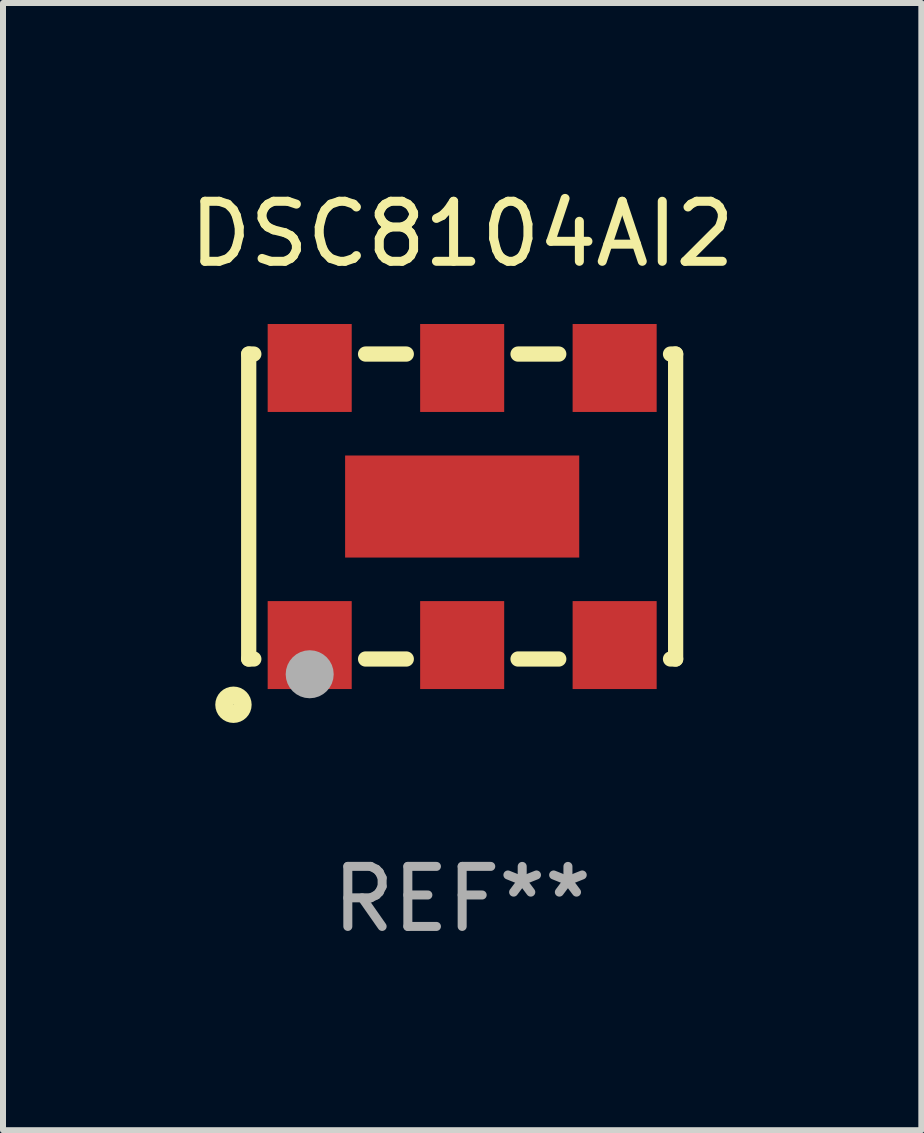
<source format=kicad_pcb>
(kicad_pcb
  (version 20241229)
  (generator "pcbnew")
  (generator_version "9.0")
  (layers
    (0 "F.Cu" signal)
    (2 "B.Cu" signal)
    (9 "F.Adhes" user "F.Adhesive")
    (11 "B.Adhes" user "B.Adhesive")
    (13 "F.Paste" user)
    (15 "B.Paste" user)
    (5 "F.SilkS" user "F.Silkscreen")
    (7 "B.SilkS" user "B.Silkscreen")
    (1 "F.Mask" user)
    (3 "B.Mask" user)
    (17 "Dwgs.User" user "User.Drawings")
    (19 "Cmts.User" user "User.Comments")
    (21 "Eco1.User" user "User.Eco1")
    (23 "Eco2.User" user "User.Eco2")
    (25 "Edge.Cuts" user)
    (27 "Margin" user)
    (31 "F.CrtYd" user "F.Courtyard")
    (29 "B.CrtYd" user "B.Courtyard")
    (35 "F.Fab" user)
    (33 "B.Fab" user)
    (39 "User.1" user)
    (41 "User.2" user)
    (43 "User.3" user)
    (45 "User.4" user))
  (footprint "DSC8104AI2"
    (layer "F.Cu")
    (at 4.649 5.388)
    (property "Reference" "DSC8104AI2" (at 0 -4.54 0) (layer "F.SilkS") (effects (font (size 1 1) (thickness 0.15))))
    (attr through_hole)
    (fp_line (start -3.556 -2.54) (end -3.556 2.54) (stroke (width 0.254) (type solid)) (layer "F.SilkS"))
    (fp_line (start -3.556 2.54) (end -3.471 2.54) (stroke (width 0.254) (type solid)) (layer "F.SilkS"))
    (fp_line (start -3.471 -2.54) (end -3.556 -2.54) (stroke (width 0.254) (type solid)) (layer "F.SilkS"))
    (fp_line (start -1.609 2.54) (end -0.931 2.54) (stroke (width 0.254) (type solid)) (layer "F.SilkS"))
    (fp_line (start -0.931 -2.54) (end -1.609 -2.54) (stroke (width 0.254) (type solid)) (layer "F.SilkS"))
    (fp_line (start 0.931 2.54) (end 1.609 2.54) (stroke (width 0.254) (type solid)) (layer "F.SilkS"))
    (fp_line (start 1.609 -2.54) (end 0.931 -2.54) (stroke (width 0.254) (type solid)) (layer "F.SilkS"))
    (fp_line (start 3.471 2.54) (end 3.556 2.54) (stroke (width 0.254) (type solid)) (layer "F.SilkS"))
    (fp_line (start 3.556 -2.54) (end 3.471 -2.54) (stroke (width 0.254) (type solid)) (layer "F.SilkS"))
    (fp_line (start 3.556 2.54) (end 3.556 -2.54) (stroke (width 0.254) (type solid)) (layer "F.SilkS"))
    (fp_circle (center -3.81 3.302) (end -3.657 3.302) (stroke (width 0.3) (type solid)) (fill no) (layer "F.SilkS"))
    (fp_circle (center -3.5 2.5) (end -3.47 2.5) (stroke (width 0.06) (type solid)) (fill no) (layer "F.SilkS"))
    (fp_circle (center -2.54 2.794) (end -2.34 2.794) (stroke (width 0.4) (type solid)) (fill no) (layer "F.Fab"))
    (fp_text user "REF**" (at 0 6.54 0) (layer "F.Fab") (effects (font (size 1 1) (thickness 0.15))))
    (pad "1" smd rect (at -2.54 2.308) (size 1.4 1.465) (layers "F.Cu" "F.Mask" "F.Paste"))
    (pad "2" smd rect (at 0 2.308) (size 1.4 1.465) (layers "F.Cu" "F.Mask" "F.Paste"))
    (pad "3" smd rect (at 2.54 2.308) (size 1.4 1.465) (layers "F.Cu" "F.Mask" "F.Paste"))
    (pad "4" smd rect (at 2.54 -2.308) (size 1.4 1.465) (layers "F.Cu" "F.Mask" "F.Paste"))
    (pad "5" smd rect (at 0 -2.308) (size 1.4 1.465) (layers "F.Cu" "F.Mask" "F.Paste"))
    (pad "6" smd rect (at -2.54 -2.308) (size 1.4 1.465) (layers "F.Cu" "F.Mask" "F.Paste"))
    (pad "7" smd rect (at 0 0) (size 3.9 1.7) (layers "F.Cu" "F.Mask" "F.Paste")))
  (gr_rect
    (start -3 -3)
    (end 12.298 15.777)
    (stroke (width 0.1) (type default))
    (fill no)
    (layer "Edge.Cuts")))
</source>
